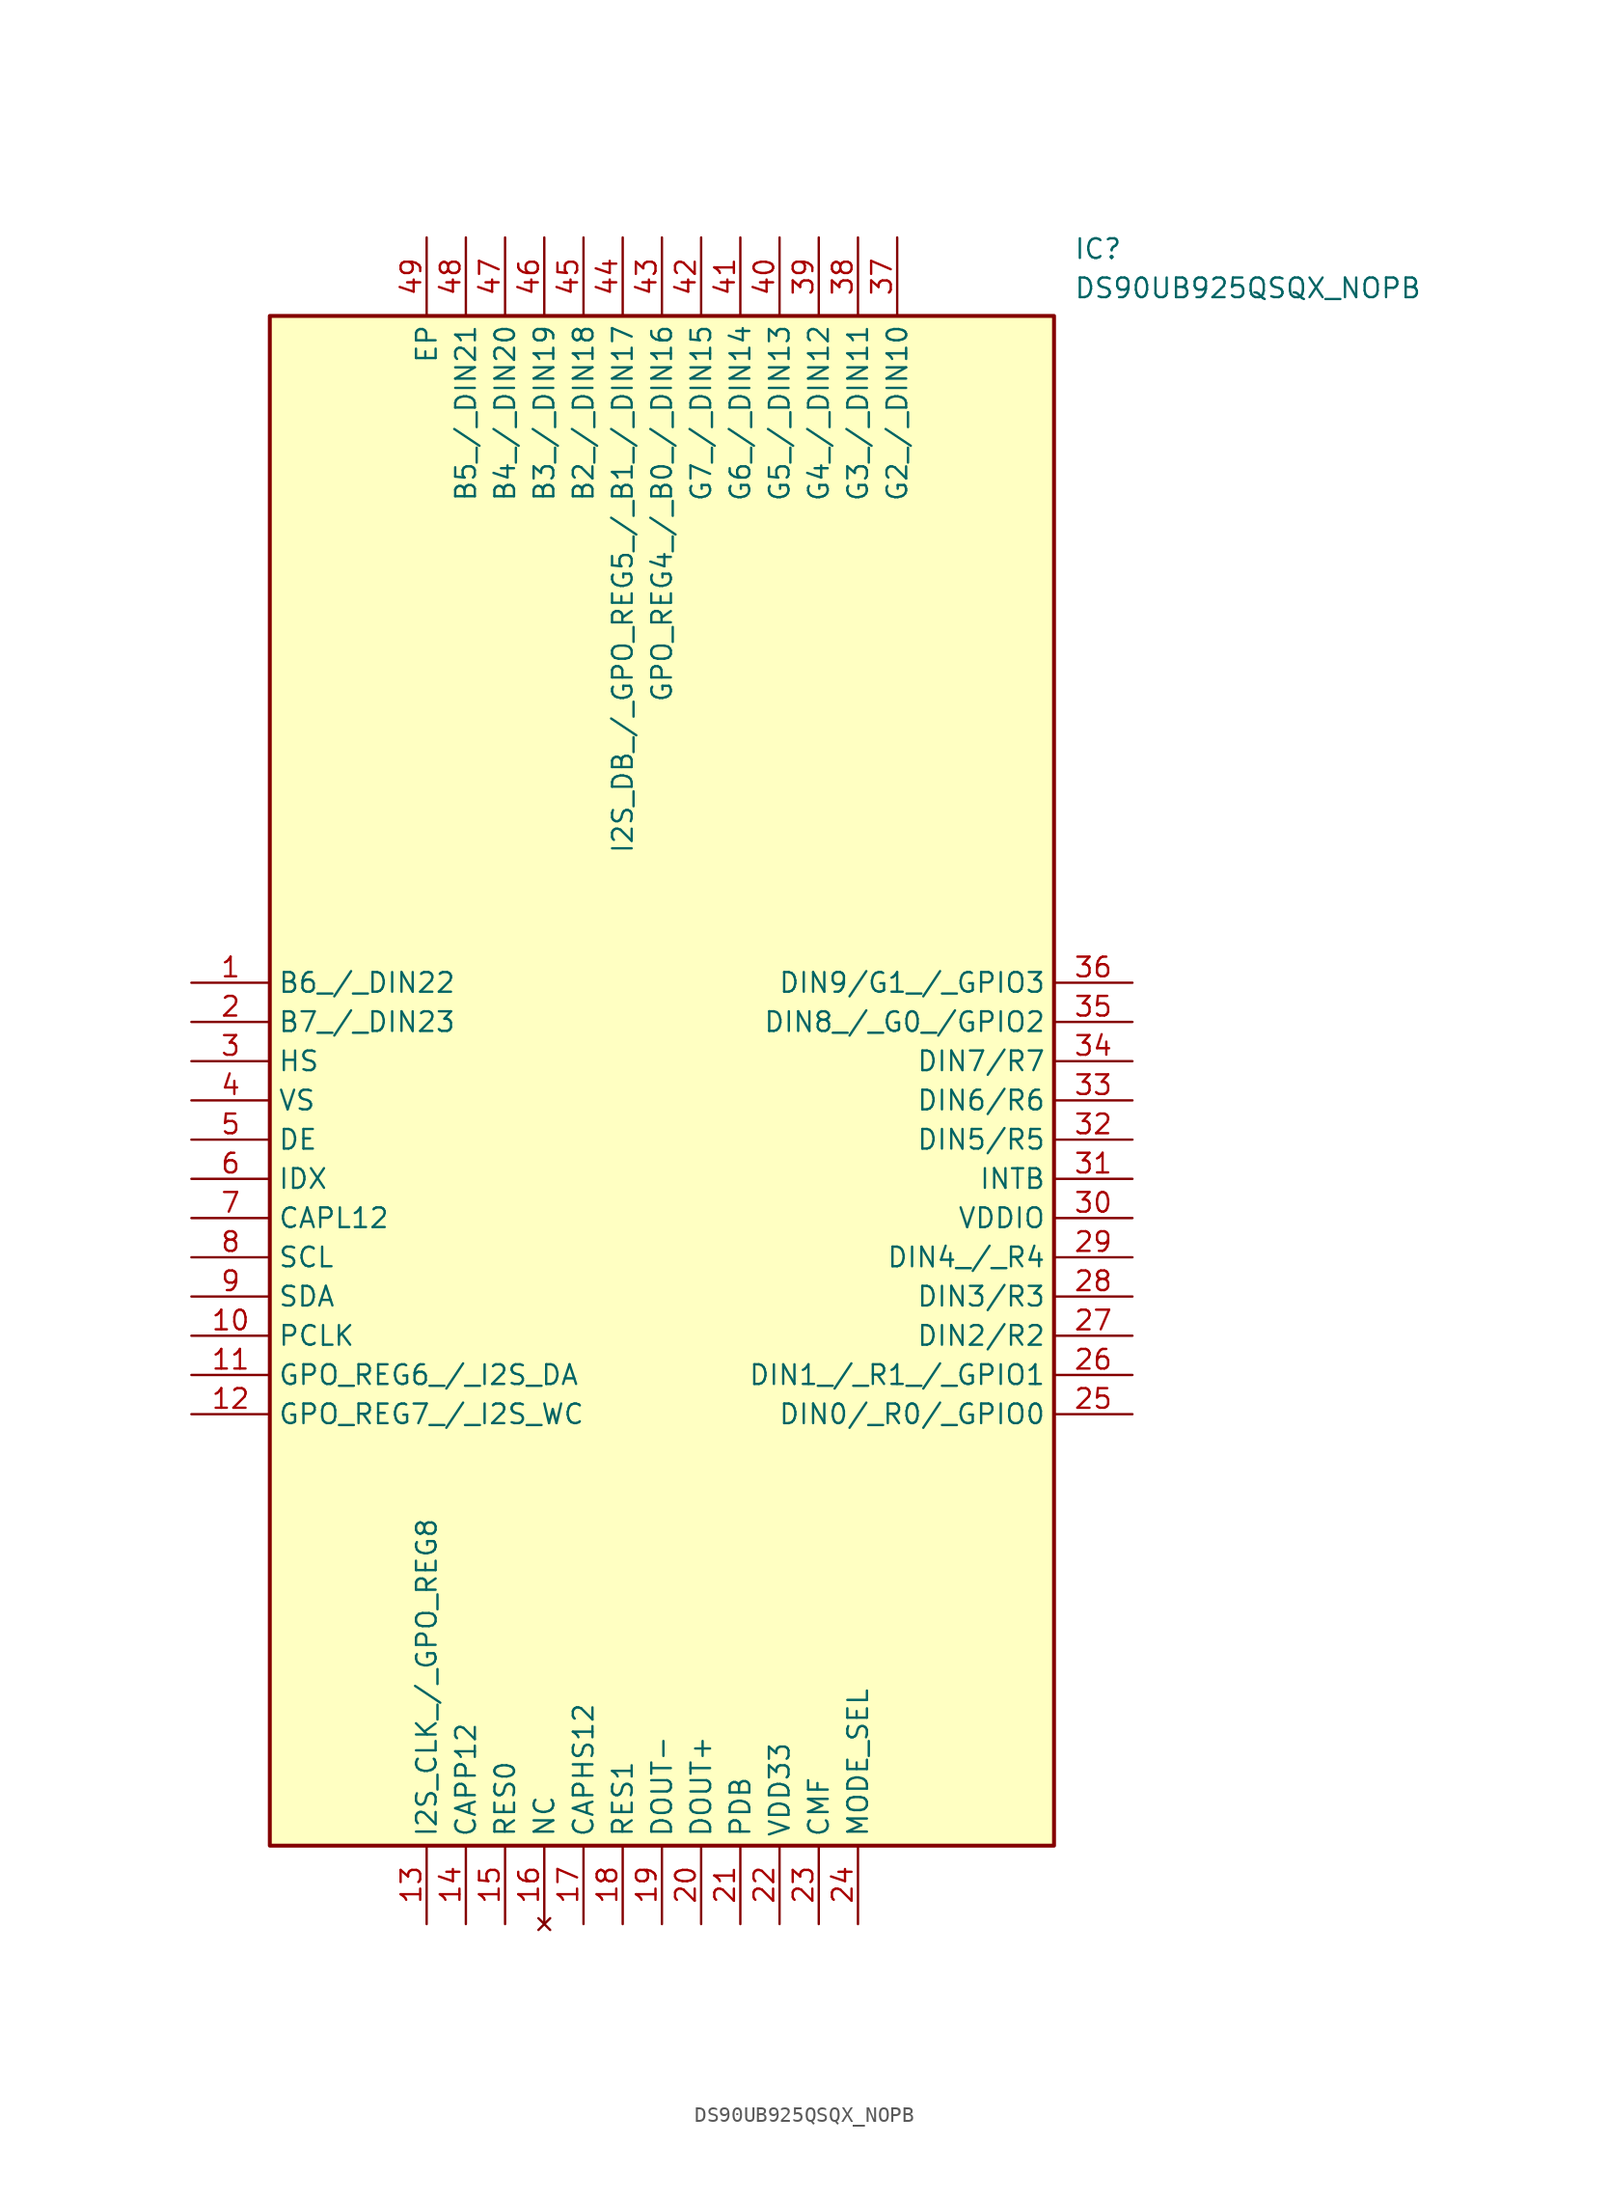
<source format=kicad_sym>
(kicad_symbol_lib
  (version 20231120)
  (generator "kicad_symbol_editor")
  (generator_version "8.0")
  (symbol "DS90UB925QSQX_NOPB"
    (property "Reference" "IC"
      (at 57.15 48.26 0)
      (effects (font (size 1.27 1.27)) (justify left top)))
    (property "Value" "DS90UB925QSQX_NOPB"
      (at 57.15 45.72 0)
      (effects (font (size 1.27 1.27)) (justify left top)))
    (symbol "DS90UB925QSQX_NOPB_1_1"
      (rectangle (start 5.08 43.18) (end 55.88 -55.88) (stroke (width 0.254) (type default)) (fill (type background)))
      (pin passive line (at 0 0 0) (length 5.08) (name "B6_/_DIN22" (effects (font (size 1.27 1.27)))) (number "1" (effects (font (size 1.27 1.27)))))
      (pin passive line (at 0 -22.86 0) (length 5.08) (name "PCLK" (effects (font (size 1.27 1.27)))) (number "10" (effects (font (size 1.27 1.27)))))
      (pin passive line (at 0 -25.4 0) (length 5.08) (name "GPO_REG6_/_I2S_DA" (effects (font (size 1.27 1.27)))) (number "11" (effects (font (size 1.27 1.27)))))
      (pin passive line (at 0 -27.94 0) (length 5.08) (name "GPO_REG7_/_I2S_WC" (effects (font (size 1.27 1.27)))) (number "12" (effects (font (size 1.27 1.27)))))
      (pin passive line (at 15.24 -60.96 90) (length 5.08) (name "I2S_CLK_/_GPO_REG8" (effects (font (size 1.27 1.27)))) (number "13" (effects (font (size 1.27 1.27)))))
      (pin passive line (at 17.78 -60.96 90) (length 5.08) (name "CAPP12" (effects (font (size 1.27 1.27)))) (number "14" (effects (font (size 1.27 1.27)))))
      (pin passive line (at 20.32 -60.96 90) (length 5.08) (name "RES0" (effects (font (size 1.27 1.27)))) (number "15" (effects (font (size 1.27 1.27)))))
      (pin no_connect line (at 22.86 -60.96 90) (length 5.08) (name "NC" (effects (font (size 1.27 1.27)))) (number "16" (effects (font (size 1.27 1.27)))))
      (pin passive line (at 25.4 -60.96 90) (length 5.08) (name "CAPHS12" (effects (font (size 1.27 1.27)))) (number "17" (effects (font (size 1.27 1.27)))))
      (pin passive line (at 27.94 -60.96 90) (length 5.08) (name "RES1" (effects (font (size 1.27 1.27)))) (number "18" (effects (font (size 1.27 1.27)))))
      (pin passive line (at 30.48 -60.96 90) (length 5.08) (name "DOUT-" (effects (font (size 1.27 1.27)))) (number "19" (effects (font (size 1.27 1.27)))))
      (pin passive line (at 0 -2.54 0) (length 5.08) (name "B7_/_DIN23" (effects (font (size 1.27 1.27)))) (number "2" (effects (font (size 1.27 1.27)))))
      (pin passive line (at 33.02 -60.96 90) (length 5.08) (name "DOUT+" (effects (font (size 1.27 1.27)))) (number "20" (effects (font (size 1.27 1.27)))))
      (pin passive line (at 35.56 -60.96 90) (length 5.08) (name "PDB" (effects (font (size 1.27 1.27)))) (number "21" (effects (font (size 1.27 1.27)))))
      (pin passive line (at 38.1 -60.96 90) (length 5.08) (name "VDD33" (effects (font (size 1.27 1.27)))) (number "22" (effects (font (size 1.27 1.27)))))
      (pin passive line (at 40.64 -60.96 90) (length 5.08) (name "CMF" (effects (font (size 1.27 1.27)))) (number "23" (effects (font (size 1.27 1.27)))))
      (pin passive line (at 43.18 -60.96 90) (length 5.08) (name "MODE_SEL" (effects (font (size 1.27 1.27)))) (number "24" (effects (font (size 1.27 1.27)))))
      (pin passive line (at 60.96 -27.94 180) (length 5.08) (name "DIN0/_R0/_GPIO0" (effects (font (size 1.27 1.27)))) (number "25" (effects (font (size 1.27 1.27)))))
      (pin passive line (at 60.96 -25.4 180) (length 5.08) (name "DIN1_/_R1_/_GPIO1" (effects (font (size 1.27 1.27)))) (number "26" (effects (font (size 1.27 1.27)))))
      (pin passive line (at 60.96 -22.86 180) (length 5.08) (name "DIN2/R2" (effects (font (size 1.27 1.27)))) (number "27" (effects (font (size 1.27 1.27)))))
      (pin passive line (at 60.96 -20.32 180) (length 5.08) (name "DIN3/R3" (effects (font (size 1.27 1.27)))) (number "28" (effects (font (size 1.27 1.27)))))
      (pin passive line (at 60.96 -17.78 180) (length 5.08) (name "DIN4_/_R4" (effects (font (size 1.27 1.27)))) (number "29" (effects (font (size 1.27 1.27)))))
      (pin passive line (at 0 -5.08 0) (length 5.08) (name "HS" (effects (font (size 1.27 1.27)))) (number "3" (effects (font (size 1.27 1.27)))))
      (pin passive line (at 60.96 -15.24 180) (length 5.08) (name "VDDIO" (effects (font (size 1.27 1.27)))) (number "30" (effects (font (size 1.27 1.27)))))
      (pin passive line (at 60.96 -12.7 180) (length 5.08) (name "INTB" (effects (font (size 1.27 1.27)))) (number "31" (effects (font (size 1.27 1.27)))))
      (pin passive line (at 60.96 -10.16 180) (length 5.08) (name "DIN5/R5" (effects (font (size 1.27 1.27)))) (number "32" (effects (font (size 1.27 1.27)))))
      (pin passive line (at 60.96 -7.62 180) (length 5.08) (name "DIN6/R6" (effects (font (size 1.27 1.27)))) (number "33" (effects (font (size 1.27 1.27)))))
      (pin passive line (at 60.96 -5.08 180) (length 5.08) (name "DIN7/R7" (effects (font (size 1.27 1.27)))) (number "34" (effects (font (size 1.27 1.27)))))
      (pin passive line (at 60.96 -2.54 180) (length 5.08) (name "DIN8_/_G0_/GPIO2" (effects (font (size 1.27 1.27)))) (number "35" (effects (font (size 1.27 1.27)))))
      (pin passive line (at 60.96 0 180) (length 5.08) (name "DIN9/G1_/_GPIO3" (effects (font (size 1.27 1.27)))) (number "36" (effects (font (size 1.27 1.27)))))
      (pin passive line (at 45.72 48.26 270) (length 5.08) (name "G2_/_DIN10" (effects (font (size 1.27 1.27)))) (number "37" (effects (font (size 1.27 1.27)))))
      (pin passive line (at 43.18 48.26 270) (length 5.08) (name "G3_/_DIN11" (effects (font (size 1.27 1.27)))) (number "38" (effects (font (size 1.27 1.27)))))
      (pin passive line (at 40.64 48.26 270) (length 5.08) (name "G4_/_DIN12" (effects (font (size 1.27 1.27)))) (number "39" (effects (font (size 1.27 1.27)))))
      (pin passive line (at 0 -7.62 0) (length 5.08) (name "VS" (effects (font (size 1.27 1.27)))) (number "4" (effects (font (size 1.27 1.27)))))
      (pin passive line (at 38.1 48.26 270) (length 5.08) (name "G5_/_DIN13" (effects (font (size 1.27 1.27)))) (number "40" (effects (font (size 1.27 1.27)))))
      (pin passive line (at 35.56 48.26 270) (length 5.08) (name "G6_/_DIN14" (effects (font (size 1.27 1.27)))) (number "41" (effects (font (size 1.27 1.27)))))
      (pin passive line (at 33.02 48.26 270) (length 5.08) (name "G7_/_DIN15" (effects (font (size 1.27 1.27)))) (number "42" (effects (font (size 1.27 1.27)))))
      (pin passive line (at 30.48 48.26 270) (length 5.08) (name "GPO_REG4_/_B0_/_DIN16" (effects (font (size 1.27 1.27)))) (number "43" (effects (font (size 1.27 1.27)))))
      (pin passive line (at 27.94 48.26 270) (length 5.08) (name "I2S_DB_/_GPO_REG5_/_B1_/_DIN17" (effects (font (size 1.27 1.27)))) (number "44" (effects (font (size 1.27 1.27)))))
      (pin passive line (at 25.4 48.26 270) (length 5.08) (name "B2_/_DIN18" (effects (font (size 1.27 1.27)))) (number "45" (effects (font (size 1.27 1.27)))))
      (pin passive line (at 22.86 48.26 270) (length 5.08) (name "B3_/_DIN19" (effects (font (size 1.27 1.27)))) (number "46" (effects (font (size 1.27 1.27)))))
      (pin passive line (at 20.32 48.26 270) (length 5.08) (name "B4_/_DIN20" (effects (font (size 1.27 1.27)))) (number "47" (effects (font (size 1.27 1.27)))))
      (pin passive line (at 17.78 48.26 270) (length 5.08) (name "B5_/_DIN21" (effects (font (size 1.27 1.27)))) (number "48" (effects (font (size 1.27 1.27)))))
      (pin passive line (at 15.24 48.26 270) (length 5.08) (name "EP" (effects (font (size 1.27 1.27)))) (number "49" (effects (font (size 1.27 1.27)))))
      (pin passive line (at 0 -10.16 0) (length 5.08) (name "DE" (effects (font (size 1.27 1.27)))) (number "5" (effects (font (size 1.27 1.27)))))
      (pin passive line (at 0 -12.7 0) (length 5.08) (name "IDX" (effects (font (size 1.27 1.27)))) (number "6" (effects (font (size 1.27 1.27)))))
      (pin passive line (at 0 -15.24 0) (length 5.08) (name "CAPL12" (effects (font (size 1.27 1.27)))) (number "7" (effects (font (size 1.27 1.27)))))
      (pin passive line (at 0 -17.78 0) (length 5.08) (name "SCL" (effects (font (size 1.27 1.27)))) (number "8" (effects (font (size 1.27 1.27)))))
      (pin passive line (at 0 -20.32 0) (length 5.08) (name "SDA" (effects (font (size 1.27 1.27)))) (number "9" (effects (font (size 1.27 1.27))))))))
</source>
